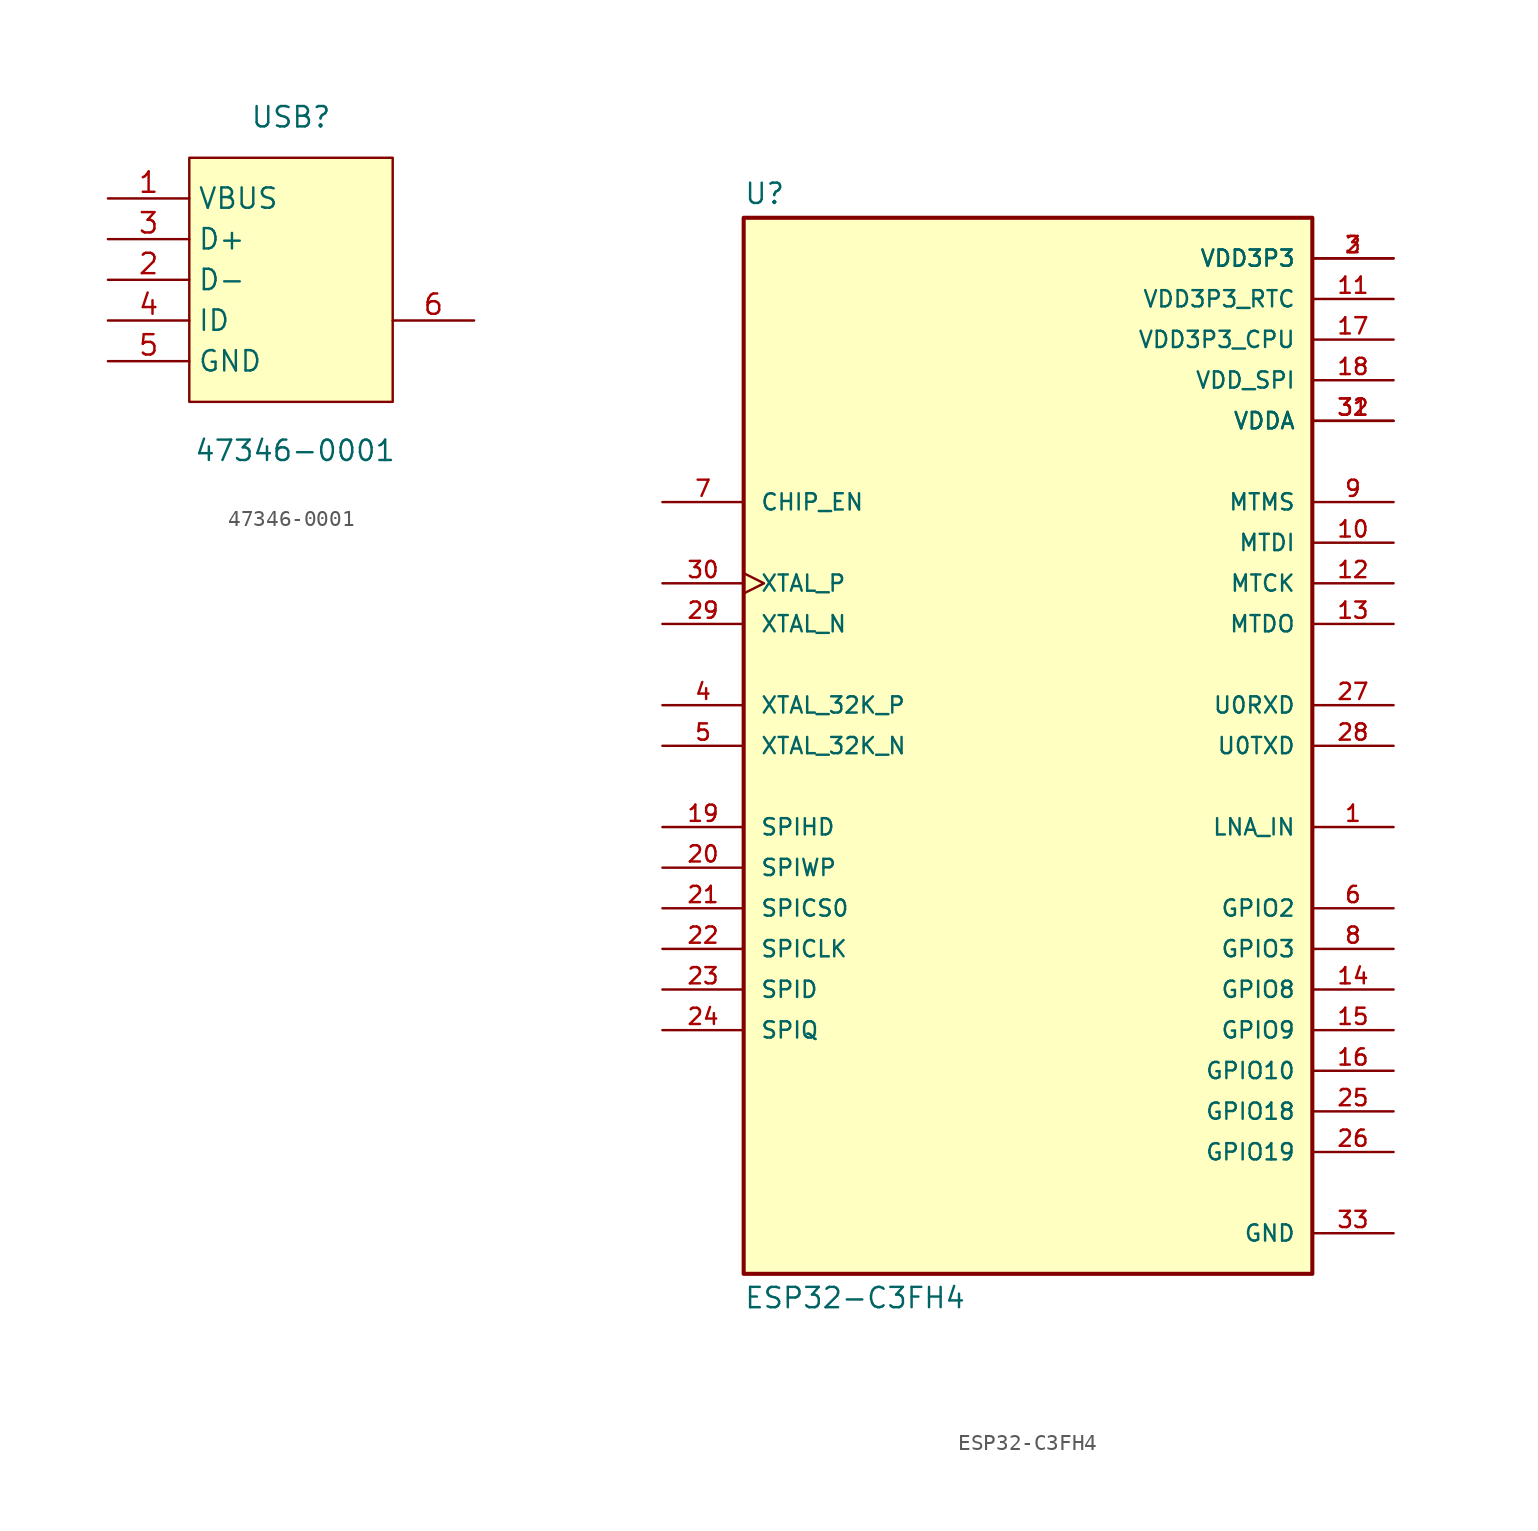
<source format=kicad_sym>
(kicad_symbol_lib
  (version 20231120)
  (generator "kicad_symbol_editor")
  (generator_version "8.0")
  (symbol "47346-0001"
    (property "Reference" "USB"
      (at 0 8.89 0)
      (effects (font (size 1.27 1.27))))
    (property "Value" "47346-0001"
      (at 0.254 -11.938 0)
      (effects (font (size 1.27 1.27))))
    (symbol "47346-0001_0_1"
      (rectangle (start -6.35 6.35) (end 6.35 -8.89) (stroke (width 0) (type default)) (fill (type background)))
      (pin bidirectional line (at -11.43 3.81 0) (length 5.08) (name "VBUS" (effects (font (size 1.27 1.27)))) (number "1" (effects (font (size 1.27 1.27)))))
      (pin bidirectional line (at -11.43 -3.81 0) (length 5.08) (name "ID" (effects (font (size 1.27 1.27)))) (number "4" (effects (font (size 1.27 1.27)))))
      (pin bidirectional line (at -11.43 -6.35 0) (length 5.08) (name "GND" (effects (font (size 1.27 1.27)))) (number "5" (effects (font (size 1.27 1.27)))))
      (pin unspecified line (at 11.43 -3.81 180) (length 5.08) (name "" (effects (font (size 1.27 1.27)))) (number "6" (effects (font (size 1.27 1.27))))))
    (symbol "47346-0001_1_1"
      (pin input line (at -11.43 -1.27 0) (length 5.08) (name "D-" (effects (font (size 1.27 1.27)))) (number "2" (effects (font (size 1.27 1.27)))))
      (pin input line (at -11.43 1.27 0) (length 5.08) (name "D+" (effects (font (size 1.27 1.27)))) (number "3" (effects (font (size 1.27 1.27)))))))
  (symbol "ESP32-C3FH4"
    (pin_names
      (offset 1.016))
    (property "Reference" "U"
      (at -17.78 33.782 0)
      (effects (font (size 1.27 1.27)) (justify left bottom)))
    (property "Value" "ESP32-C3FH4"
      (at -17.78 -33.782 0)
      (effects (font (size 1.27 1.27)) (justify left top)))
    (symbol "ESP32-C3FH4_0_0"
      (rectangle (start -17.78 -33.02) (end 17.78 33.02) (stroke (width 0.254) (type default)) (fill (type background)))
      (pin bidirectional line (at 22.86 -5.08 180) (length 5.08) (name "LNA_IN" (effects (font (size 1.016 1.016)))) (number "1" (effects (font (size 1.016 1.016)))))
      (pin bidirectional line (at 22.86 12.7 180) (length 5.08) (name "MTDI" (effects (font (size 1.016 1.016)))) (number "10" (effects (font (size 1.016 1.016)))))
      (pin power_in line (at 22.86 27.94 180) (length 5.08) (name "VDD3P3_RTC" (effects (font (size 1.016 1.016)))) (number "11" (effects (font (size 1.016 1.016)))))
      (pin bidirectional line (at 22.86 10.16 180) (length 5.08) (name "MTCK" (effects (font (size 1.016 1.016)))) (number "12" (effects (font (size 1.016 1.016)))))
      (pin bidirectional line (at 22.86 7.62 180) (length 5.08) (name "MTDO" (effects (font (size 1.016 1.016)))) (number "13" (effects (font (size 1.016 1.016)))))
      (pin bidirectional line (at 22.86 -15.24 180) (length 5.08) (name "GPIO8" (effects (font (size 1.016 1.016)))) (number "14" (effects (font (size 1.016 1.016)))))
      (pin bidirectional line (at 22.86 -17.78 180) (length 5.08) (name "GPIO9" (effects (font (size 1.016 1.016)))) (number "15" (effects (font (size 1.016 1.016)))))
      (pin bidirectional line (at 22.86 -20.32 180) (length 5.08) (name "GPIO10" (effects (font (size 1.016 1.016)))) (number "16" (effects (font (size 1.016 1.016)))))
      (pin power_in line (at 22.86 25.4 180) (length 5.08) (name "VDD3P3_CPU" (effects (font (size 1.016 1.016)))) (number "17" (effects (font (size 1.016 1.016)))))
      (pin power_in line (at 22.86 22.86 180) (length 5.08) (name "VDD_SPI" (effects (font (size 1.016 1.016)))) (number "18" (effects (font (size 1.016 1.016)))))
      (pin bidirectional line (at -22.86 -5.08 0) (length 5.08) (name "SPIHD" (effects (font (size 1.016 1.016)))) (number "19" (effects (font (size 1.016 1.016)))))
      (pin power_in line (at 22.86 30.48 180) (length 5.08) (name "VDD3P3" (effects (font (size 1.016 1.016)))) (number "2" (effects (font (size 1.016 1.016)))))
      (pin bidirectional line (at -22.86 -7.62 0) (length 5.08) (name "SPIWP" (effects (font (size 1.016 1.016)))) (number "20" (effects (font (size 1.016 1.016)))))
      (pin bidirectional line (at -22.86 -10.16 0) (length 5.08) (name "SPICS0" (effects (font (size 1.016 1.016)))) (number "21" (effects (font (size 1.016 1.016)))))
      (pin bidirectional line (at -22.86 -12.7 0) (length 5.08) (name "SPICLK" (effects (font (size 1.016 1.016)))) (number "22" (effects (font (size 1.016 1.016)))))
      (pin bidirectional line (at -22.86 -15.24 0) (length 5.08) (name "SPID" (effects (font (size 1.016 1.016)))) (number "23" (effects (font (size 1.016 1.016)))))
      (pin bidirectional line (at -22.86 -17.78 0) (length 5.08) (name "SPIQ" (effects (font (size 1.016 1.016)))) (number "24" (effects (font (size 1.016 1.016)))))
      (pin bidirectional line (at 22.86 -22.86 180) (length 5.08) (name "GPIO18" (effects (font (size 1.016 1.016)))) (number "25" (effects (font (size 1.016 1.016)))))
      (pin bidirectional line (at 22.86 -25.4 180) (length 5.08) (name "GPIO19" (effects (font (size 1.016 1.016)))) (number "26" (effects (font (size 1.016 1.016)))))
      (pin bidirectional line (at 22.86 2.54 180) (length 5.08) (name "U0RXD" (effects (font (size 1.016 1.016)))) (number "27" (effects (font (size 1.016 1.016)))))
      (pin bidirectional line (at 22.86 0 180) (length 5.08) (name "U0TXD" (effects (font (size 1.016 1.016)))) (number "28" (effects (font (size 1.016 1.016)))))
      (pin output line (at -22.86 7.62 0) (length 5.08) (name "XTAL_N" (effects (font (size 1.016 1.016)))) (number "29" (effects (font (size 1.016 1.016)))))
      (pin power_in line (at 22.86 30.48 180) (length 5.08) (name "VDD3P3" (effects (font (size 1.016 1.016)))) (number "3" (effects (font (size 1.016 1.016)))))
      (pin input clock (at -22.86 10.16 0) (length 5.08) (name "XTAL_P" (effects (font (size 1.016 1.016)))) (number "30" (effects (font (size 1.016 1.016)))))
      (pin power_in line (at 22.86 20.32 180) (length 5.08) (name "VDDA" (effects (font (size 1.016 1.016)))) (number "31" (effects (font (size 1.016 1.016)))))
      (pin power_in line (at 22.86 20.32 180) (length 5.08) (name "VDDA" (effects (font (size 1.016 1.016)))) (number "32" (effects (font (size 1.016 1.016)))))
      (pin power_in line (at 22.86 -30.48 180) (length 5.08) (name "GND" (effects (font (size 1.016 1.016)))) (number "33" (effects (font (size 1.016 1.016)))))
      (pin bidirectional line (at -22.86 2.54 0) (length 5.08) (name "XTAL_32K_P" (effects (font (size 1.016 1.016)))) (number "4" (effects (font (size 1.016 1.016)))))
      (pin bidirectional line (at -22.86 0 0) (length 5.08) (name "XTAL_32K_N" (effects (font (size 1.016 1.016)))) (number "5" (effects (font (size 1.016 1.016)))))
      (pin bidirectional line (at 22.86 -10.16 180) (length 5.08) (name "GPIO2" (effects (font (size 1.016 1.016)))) (number "6" (effects (font (size 1.016 1.016)))))
      (pin input line (at -22.86 15.24 0) (length 5.08) (name "CHIP_EN" (effects (font (size 1.016 1.016)))) (number "7" (effects (font (size 1.016 1.016)))))
      (pin bidirectional line (at 22.86 -12.7 180) (length 5.08) (name "GPIO3" (effects (font (size 1.016 1.016)))) (number "8" (effects (font (size 1.016 1.016)))))
      (pin bidirectional line (at 22.86 15.24 180) (length 5.08) (name "MTMS" (effects (font (size 1.016 1.016)))) (number "9" (effects (font (size 1.016 1.016))))))))
</source>
